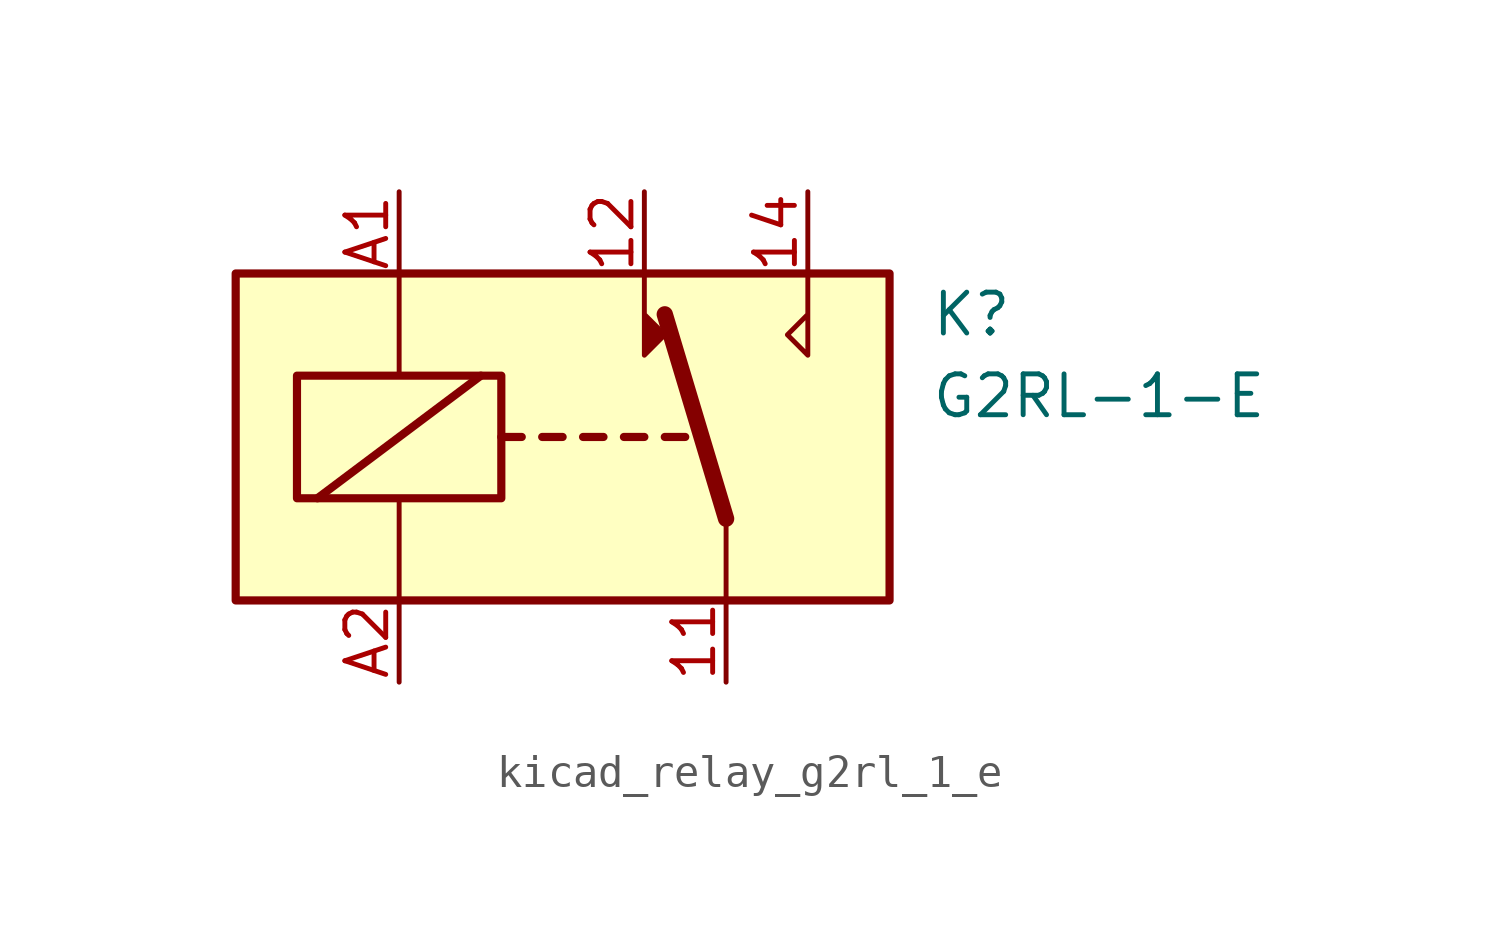
<source format=kicad_sym>
(kicad_symbol_lib
  (version 20220914)
  (generator kicad_symbol_editor)
  (symbol "kicad_relay_g2rl_1_e"
    (property "Reference" "K"
      (at 11.43 3.81 0)
      (effects (font (size 1.27 1.27)) (justify left)))
    (property "Value" "G2RL-1-E"
      (at 11.43 1.27 0)
      (effects (font (size 1.27 1.27)) (justify left)))
    (symbol "kicad_relay_g2rl_1_e_0_0"
      (polyline (pts (xy 7.62 5.08) (xy 7.62 2.54) (xy 6.985 3.175) (xy 7.62 3.81)) (stroke (width 0) (type default)) (fill (type none))))
    (symbol "kicad_relay_g2rl_1_e_0_1"
      (rectangle (start -10.16 5.08) (end 10.16 -5.08) (stroke (width 0.254) (type default)) (fill (type background)))
      (rectangle (start -8.255 1.905) (end -1.905 -1.905) (stroke (width 0.254) (type default)) (fill (type none)))
      (polyline (pts (xy -7.62 -1.905) (xy -2.54 1.905)) (stroke (width 0.254) (type default)) (fill (type none)))
      (polyline (pts (xy -5.08 -5.08) (xy -5.08 -1.905)) (stroke (width 0) (type default)) (fill (type none)))
      (polyline (pts (xy -5.08 5.08) (xy -5.08 1.905)) (stroke (width 0) (type default)) (fill (type none)))
      (polyline (pts (xy -1.905 0) (xy -1.27 0)) (stroke (width 0.254) (type default)) (fill (type none)))
      (polyline (pts (xy -0.635 0) (xy 0 0)) (stroke (width 0.254) (type default)) (fill (type none)))
      (polyline (pts (xy 0.635 0) (xy 1.27 0)) (stroke (width 0.254) (type default)) (fill (type none)))
      (polyline (pts (xy 1.905 0) (xy 2.54 0)) (stroke (width 0.254) (type default)) (fill (type none)))
      (polyline (pts (xy 3.175 0) (xy 3.81 0)) (stroke (width 0.254) (type default)) (fill (type none)))
      (polyline (pts (xy 5.08 -2.54) (xy 3.175 3.81)) (stroke (width 0.508) (type default)) (fill (type none)))
      (polyline (pts (xy 5.08 -2.54) (xy 5.08 -5.08)) (stroke (width 0) (type default)) (fill (type none)))
      (polyline (pts (xy 2.54 5.08) (xy 2.54 2.54) (xy 3.175 3.175) (xy 2.54 3.81)) (stroke (width 0) (type default)) (fill (type outline))))
    (symbol "kicad_relay_g2rl_1_e_1_1"
      (pin passive line (at 5.08 -7.62 90) (length 2.54) (name "~" (effects (font (size 1.27 1.27)))) (number "11" (effects (font (size 1.27 1.27)))))
      (pin passive line (at 2.54 7.62 270) (length 2.54) (name "~" (effects (font (size 1.27 1.27)))) (number "12" (effects (font (size 1.27 1.27)))))
      (pin passive line (at 7.62 7.62 270) (length 2.54) (name "~" (effects (font (size 1.27 1.27)))) (number "14" (effects (font (size 1.27 1.27)))))
      (pin passive line (at -5.08 7.62 270) (length 2.54) (name "~" (effects (font (size 1.27 1.27)))) (number "A1" (effects (font (size 1.27 1.27)))))
      (pin passive line (at -5.08 -7.62 90) (length 2.54) (name "~" (effects (font (size 1.27 1.27)))) (number "A2" (effects (font (size 1.27 1.27))))))))
</source>
